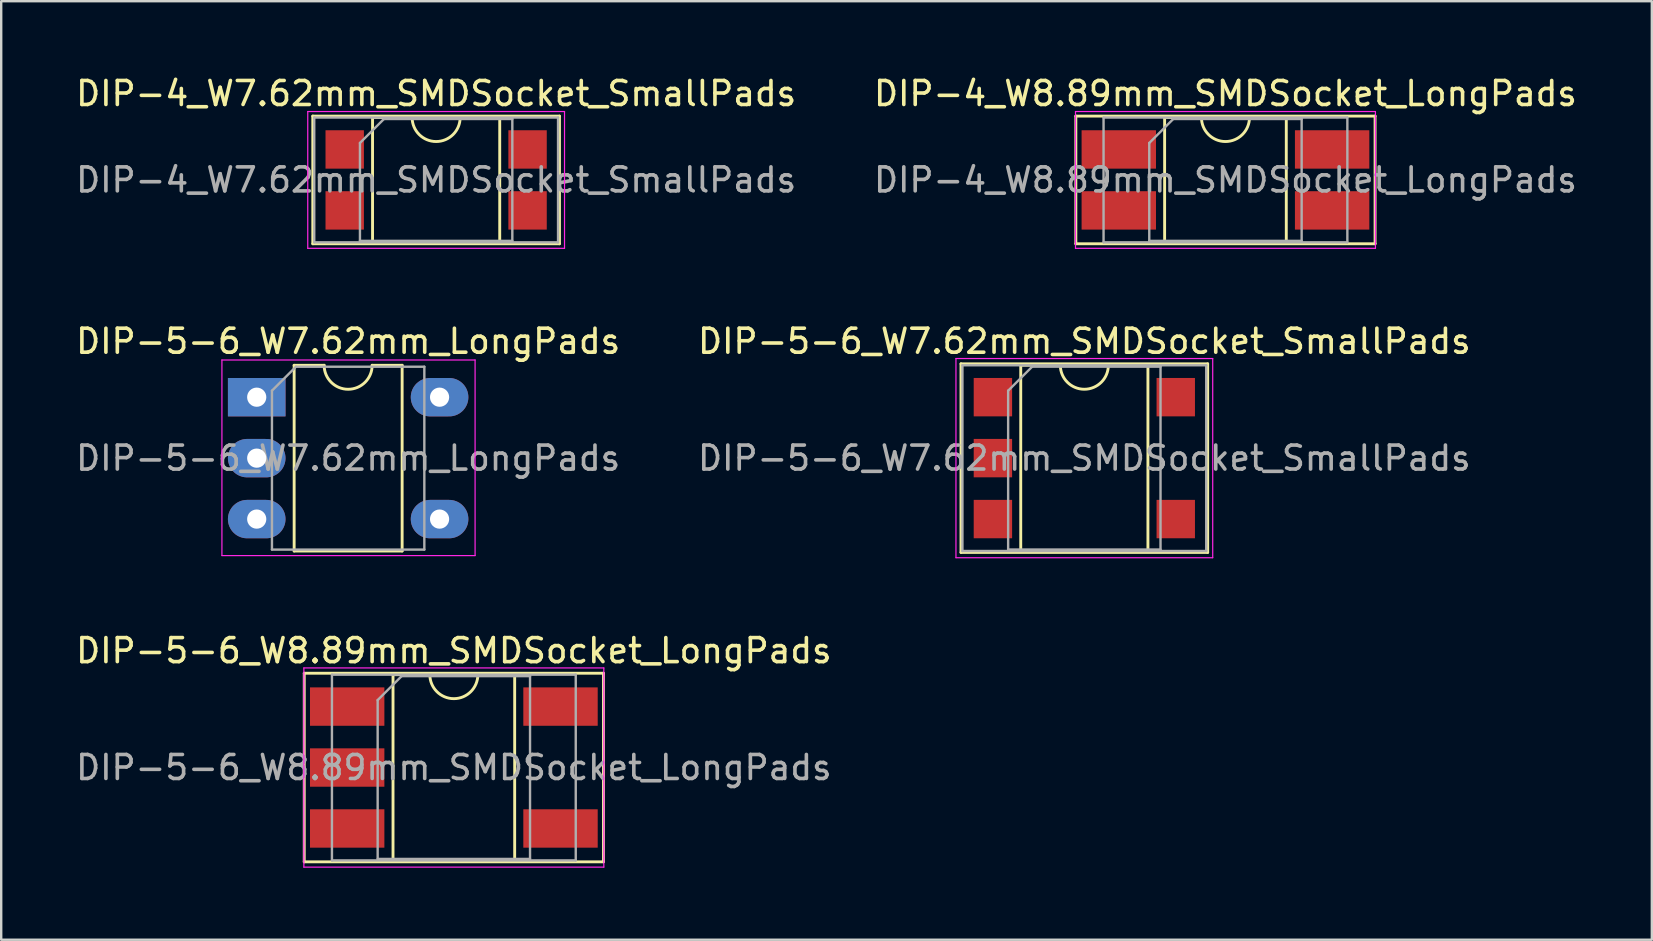
<source format=kicad_pcb>
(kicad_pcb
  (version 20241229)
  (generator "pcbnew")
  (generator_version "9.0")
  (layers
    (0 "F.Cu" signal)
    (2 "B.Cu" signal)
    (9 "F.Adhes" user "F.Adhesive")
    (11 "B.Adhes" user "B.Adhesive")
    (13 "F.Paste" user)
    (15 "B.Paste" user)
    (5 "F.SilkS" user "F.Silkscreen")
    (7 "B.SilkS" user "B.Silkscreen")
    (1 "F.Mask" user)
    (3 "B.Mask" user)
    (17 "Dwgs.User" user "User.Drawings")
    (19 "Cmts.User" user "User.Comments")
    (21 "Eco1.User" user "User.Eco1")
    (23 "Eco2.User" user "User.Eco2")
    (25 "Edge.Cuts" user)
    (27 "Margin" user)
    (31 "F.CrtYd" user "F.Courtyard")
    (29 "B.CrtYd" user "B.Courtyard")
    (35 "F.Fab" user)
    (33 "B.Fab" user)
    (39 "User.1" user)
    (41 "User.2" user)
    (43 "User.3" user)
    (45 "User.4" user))
  (footprint "DIP-5-6_W8.89mm_SMDSocket_LongPads"
    (layer "F.Cu")
    (at 15.863 28.935)
    (property "Reference" "DIP-5-6_W8.89mm_SMDSocket_LongPads" (at 0 -4.87 0) (layer "F.SilkS") (effects (font (size 1 1) (thickness 0.15))))
    (attr smd)
    (fp_line (start -6.235 -3.93) (end -6.235 3.93) (stroke (width 0.12) (type solid)) (layer "F.SilkS"))
    (fp_line (start -6.235 3.93) (end 6.235 3.93) (stroke (width 0.12) (type solid)) (layer "F.SilkS"))
    (fp_line (start -2.535 -3.87) (end -2.535 3.87) (stroke (width 0.12) (type solid)) (layer "F.SilkS"))
    (fp_line (start -2.535 3.87) (end 2.535 3.87) (stroke (width 0.12) (type solid)) (layer "F.SilkS"))
    (fp_line (start -1 -3.87) (end -2.535 -3.87) (stroke (width 0.12) (type solid)) (layer "F.SilkS"))
    (fp_line (start 2.535 -3.87) (end 1 -3.87) (stroke (width 0.12) (type solid)) (layer "F.SilkS"))
    (fp_line (start 2.535 3.87) (end 2.535 -3.87) (stroke (width 0.12) (type solid)) (layer "F.SilkS"))
    (fp_line (start 6.235 -3.93) (end -6.235 -3.93) (stroke (width 0.12) (type solid)) (layer "F.SilkS"))
    (fp_line (start 6.235 3.93) (end 6.235 -3.93) (stroke (width 0.12) (type solid)) (layer "F.SilkS"))
    (fp_arc (start 1 -3.87) (mid 0 -2.87) (end -1 -3.87) (stroke (width 0.12) (type solid)) (layer "F.SilkS"))
    (fp_line (start -6.25 -4.15) (end -6.25 4.15) (stroke (width 0.05) (type solid)) (layer "F.CrtYd"))
    (fp_line (start -6.25 4.15) (end 6.25 4.15) (stroke (width 0.05) (type solid)) (layer "F.CrtYd"))
    (fp_line (start 6.25 -4.15) (end -6.25 -4.15) (stroke (width 0.05) (type solid)) (layer "F.CrtYd"))
    (fp_line (start 6.25 4.15) (end 6.25 -4.15) (stroke (width 0.05) (type solid)) (layer "F.CrtYd"))
    (fp_line (start -5.08 -3.87) (end -5.08 3.87) (stroke (width 0.1) (type solid)) (layer "F.Fab"))
    (fp_line (start -5.08 3.87) (end 5.08 3.87) (stroke (width 0.1) (type solid)) (layer "F.Fab"))
    (fp_line (start -3.175 -2.81) (end -2.175 -3.81) (stroke (width 0.1) (type solid)) (layer "F.Fab"))
    (fp_line (start -3.175 3.81) (end -3.175 -2.81) (stroke (width 0.1) (type solid)) (layer "F.Fab"))
    (fp_line (start -2.175 -3.81) (end 3.175 -3.81) (stroke (width 0.1) (type solid)) (layer "F.Fab"))
    (fp_line (start 3.175 -3.81) (end 3.175 3.81) (stroke (width 0.1) (type solid)) (layer "F.Fab"))
    (fp_line (start 3.175 3.81) (end -3.175 3.81) (stroke (width 0.1) (type solid)) (layer "F.Fab"))
    (fp_line (start 5.08 -3.87) (end -5.08 -3.87) (stroke (width 0.1) (type solid)) (layer "F.Fab"))
    (fp_line (start 5.08 3.87) (end 5.08 -3.87) (stroke (width 0.1) (type solid)) (layer "F.Fab"))
    (fp_text user "${REFERENCE}" (at 0 0 0) (layer "F.Fab") (effects (font (size 1 1) (thickness 0.15))))
    (pad "1" smd rect (at -4.445 -2.54) (size 3.1 1.6) (layers "F.Cu" "F.Mask" "F.Paste"))
    (pad "2" smd rect (at -4.445 0) (size 3.1 1.6) (layers "F.Cu" "F.Mask" "F.Paste"))
    (pad "3" smd rect (at -4.445 2.54) (size 3.1 1.6) (layers "F.Cu" "F.Mask" "F.Paste"))
    (pad "4" smd rect (at 4.445 2.54) (size 3.1 1.6) (layers "F.Cu" "F.Mask" "F.Paste"))
    (pad "6" smd rect (at 4.445 -2.54) (size 3.1 1.6) (layers "F.Cu" "F.Mask" "F.Paste")))
  (footprint "DIP-5-6_W7.62mm_LongPads"
    (layer "F.Cu")
    (at 7.648 13.502)
    (property "Reference" "DIP-5-6_W7.62mm_LongPads" (at 3.81 -2.33 0) (layer "F.SilkS") (effects (font (size 1 1) (thickness 0.15))))
    (attr through_hole)
    (fp_line (start 1.56 -1.33) (end 1.56 6.41) (stroke (width 0.12) (type solid)) (layer "F.SilkS"))
    (fp_line (start 1.56 6.41) (end 6.06 6.41) (stroke (width 0.12) (type solid)) (layer "F.SilkS"))
    (fp_line (start 2.81 -1.33) (end 1.56 -1.33) (stroke (width 0.12) (type solid)) (layer "F.SilkS"))
    (fp_line (start 6.06 -1.33) (end 4.81 -1.33) (stroke (width 0.12) (type solid)) (layer "F.SilkS"))
    (fp_line (start 6.06 6.41) (end 6.06 -1.33) (stroke (width 0.12) (type solid)) (layer "F.SilkS"))
    (fp_arc (start 4.81 -1.33) (mid 3.81 -0.33) (end 2.81 -1.33) (stroke (width 0.12) (type solid)) (layer "F.SilkS"))
    (fp_line (start -1.45 -1.55) (end -1.45 6.6) (stroke (width 0.05) (type solid)) (layer "F.CrtYd"))
    (fp_line (start -1.45 6.6) (end 9.1 6.6) (stroke (width 0.05) (type solid)) (layer "F.CrtYd"))
    (fp_line (start 9.1 -1.55) (end -1.45 -1.55) (stroke (width 0.05) (type solid)) (layer "F.CrtYd"))
    (fp_line (start 9.1 6.6) (end 9.1 -1.55) (stroke (width 0.05) (type solid)) (layer "F.CrtYd"))
    (fp_line (start 0.635 -0.27) (end 1.635 -1.27) (stroke (width 0.1) (type solid)) (layer "F.Fab"))
    (fp_line (start 0.635 6.35) (end 0.635 -0.27) (stroke (width 0.1) (type solid)) (layer "F.Fab"))
    (fp_line (start 1.635 -1.27) (end 6.985 -1.27) (stroke (width 0.1) (type solid)) (layer "F.Fab"))
    (fp_line (start 6.985 -1.27) (end 6.985 6.35) (stroke (width 0.1) (type solid)) (layer "F.Fab"))
    (fp_line (start 6.985 6.35) (end 0.635 6.35) (stroke (width 0.1) (type solid)) (layer "F.Fab"))
    (fp_text user "${REFERENCE}" (at 3.81 2.54 0) (layer "F.Fab") (effects (font (size 1 1) (thickness 0.15))))
    (pad "1" thru_hole rect (at 0 0) (size 2.4 1.6) (drill 0.8) (layers "*.Cu" "*.Mask"))
    (pad "2" thru_hole oval (at 0 2.54) (size 2.4 1.6) (drill 0.8) (layers "*.Cu" "*.Mask"))
    (pad "3" thru_hole oval (at 0 5.08) (size 2.4 1.6) (drill 0.8) (layers "*.Cu" "*.Mask"))
    (pad "4" thru_hole oval (at 7.62 5.08) (size 2.4 1.6) (drill 0.8) (layers "*.Cu" "*.Mask"))
    (pad "6" thru_hole oval (at 7.62 0) (size 2.4 1.6) (drill 0.8) (layers "*.Cu" "*.Mask")))
  (footprint "DIP-4_W8.89mm_SMDSocket_LongPads"
    (layer "F.Cu")
    (at 48.018 4.448)
    (property "Reference" "DIP-4_W8.89mm_SMDSocket_LongPads" (at 0 -3.6 0) (layer "F.SilkS") (effects (font (size 1 1) (thickness 0.15))))
    (attr smd)
    (fp_line (start -6.235 -2.66) (end -6.235 2.66) (stroke (width 0.12) (type solid)) (layer "F.SilkS"))
    (fp_line (start -6.235 2.66) (end 6.235 2.66) (stroke (width 0.12) (type solid)) (layer "F.SilkS"))
    (fp_line (start -2.535 -2.6) (end -2.535 2.6) (stroke (width 0.12) (type solid)) (layer "F.SilkS"))
    (fp_line (start -2.535 2.6) (end 2.535 2.6) (stroke (width 0.12) (type solid)) (layer "F.SilkS"))
    (fp_line (start -1 -2.6) (end -2.535 -2.6) (stroke (width 0.12) (type solid)) (layer "F.SilkS"))
    (fp_line (start 2.535 -2.6) (end 1 -2.6) (stroke (width 0.12) (type solid)) (layer "F.SilkS"))
    (fp_line (start 2.535 2.6) (end 2.535 -2.6) (stroke (width 0.12) (type solid)) (layer "F.SilkS"))
    (fp_line (start 6.235 -2.66) (end -6.235 -2.66) (stroke (width 0.12) (type solid)) (layer "F.SilkS"))
    (fp_line (start 6.235 2.66) (end 6.235 -2.66) (stroke (width 0.12) (type solid)) (layer "F.SilkS"))
    (fp_arc (start 1 -2.6) (mid 0 -1.6) (end -1 -2.6) (stroke (width 0.12) (type solid)) (layer "F.SilkS"))
    (fp_line (start -6.25 -2.85) (end -6.25 2.85) (stroke (width 0.05) (type solid)) (layer "F.CrtYd"))
    (fp_line (start -6.25 2.85) (end 6.25 2.85) (stroke (width 0.05) (type solid)) (layer "F.CrtYd"))
    (fp_line (start 6.25 -2.85) (end -6.25 -2.85) (stroke (width 0.05) (type solid)) (layer "F.CrtYd"))
    (fp_line (start 6.25 2.85) (end 6.25 -2.85) (stroke (width 0.05) (type solid)) (layer "F.CrtYd"))
    (fp_line (start -5.08 -2.6) (end -5.08 2.6) (stroke (width 0.1) (type solid)) (layer "F.Fab"))
    (fp_line (start -5.08 2.6) (end 5.08 2.6) (stroke (width 0.1) (type solid)) (layer "F.Fab"))
    (fp_line (start -3.175 -1.54) (end -2.175 -2.54) (stroke (width 0.1) (type solid)) (layer "F.Fab"))
    (fp_line (start -3.175 2.54) (end -3.175 -1.54) (stroke (width 0.1) (type solid)) (layer "F.Fab"))
    (fp_line (start -2.175 -2.54) (end 3.175 -2.54) (stroke (width 0.1) (type solid)) (layer "F.Fab"))
    (fp_line (start 3.175 -2.54) (end 3.175 2.54) (stroke (width 0.1) (type solid)) (layer "F.Fab"))
    (fp_line (start 3.175 2.54) (end -3.175 2.54) (stroke (width 0.1) (type solid)) (layer "F.Fab"))
    (fp_line (start 5.08 -2.6) (end -5.08 -2.6) (stroke (width 0.1) (type solid)) (layer "F.Fab"))
    (fp_line (start 5.08 2.6) (end 5.08 -2.6) (stroke (width 0.1) (type solid)) (layer "F.Fab"))
    (fp_text user "${REFERENCE}" (at 0 0 0) (layer "F.Fab") (effects (font (size 1 1) (thickness 0.15))))
    (pad "1" smd rect (at -4.445 -1.27) (size 3.1 1.6) (layers "F.Cu" "F.Mask" "F.Paste"))
    (pad "2" smd rect (at -4.445 1.27) (size 3.1 1.6) (layers "F.Cu" "F.Mask" "F.Paste"))
    (pad "3" smd rect (at 4.445 1.27) (size 3.1 1.6) (layers "F.Cu" "F.Mask" "F.Paste"))
    (pad "4" smd rect (at 4.445 -1.27) (size 3.1 1.6) (layers "F.Cu" "F.Mask" "F.Paste")))
  (footprint "DIP-5-6_W7.62mm_SMDSocket_SmallPads"
    (layer "F.Cu")
    (at 42.137 16.041)
    (property "Reference" "DIP-5-6_W7.62mm_SMDSocket_SmallPads" (at 0 -4.87 0) (layer "F.SilkS") (effects (font (size 1 1) (thickness 0.15))))
    (attr smd)
    (fp_line (start -5.14 -3.93) (end -5.14 3.93) (stroke (width 0.12) (type solid)) (layer "F.SilkS"))
    (fp_line (start -5.14 3.93) (end 5.14 3.93) (stroke (width 0.12) (type solid)) (layer "F.SilkS"))
    (fp_line (start -2.65 -3.87) (end -2.65 3.87) (stroke (width 0.12) (type solid)) (layer "F.SilkS"))
    (fp_line (start -2.65 3.87) (end 2.65 3.87) (stroke (width 0.12) (type solid)) (layer "F.SilkS"))
    (fp_line (start -1 -3.87) (end -2.65 -3.87) (stroke (width 0.12) (type solid)) (layer "F.SilkS"))
    (fp_line (start 2.65 -3.87) (end 1 -3.87) (stroke (width 0.12) (type solid)) (layer "F.SilkS"))
    (fp_line (start 2.65 3.87) (end 2.65 -3.87) (stroke (width 0.12) (type solid)) (layer "F.SilkS"))
    (fp_line (start 5.14 -3.93) (end -5.14 -3.93) (stroke (width 0.12) (type solid)) (layer "F.SilkS"))
    (fp_line (start 5.14 3.93) (end 5.14 -3.93) (stroke (width 0.12) (type solid)) (layer "F.SilkS"))
    (fp_arc (start 1 -3.87) (mid 0 -2.87) (end -1 -3.87) (stroke (width 0.12) (type solid)) (layer "F.SilkS"))
    (fp_line (start -5.35 -4.15) (end -5.35 4.15) (stroke (width 0.05) (type solid)) (layer "F.CrtYd"))
    (fp_line (start -5.35 4.15) (end 5.35 4.15) (stroke (width 0.05) (type solid)) (layer "F.CrtYd"))
    (fp_line (start 5.35 -4.15) (end -5.35 -4.15) (stroke (width 0.05) (type solid)) (layer "F.CrtYd"))
    (fp_line (start 5.35 4.15) (end 5.35 -4.15) (stroke (width 0.05) (type solid)) (layer "F.CrtYd"))
    (fp_line (start -5.08 -3.87) (end -5.08 3.87) (stroke (width 0.1) (type solid)) (layer "F.Fab"))
    (fp_line (start -5.08 3.87) (end 5.08 3.87) (stroke (width 0.1) (type solid)) (layer "F.Fab"))
    (fp_line (start -3.175 -2.81) (end -2.175 -3.81) (stroke (width 0.1) (type solid)) (layer "F.Fab"))
    (fp_line (start -3.175 3.81) (end -3.175 -2.81) (stroke (width 0.1) (type solid)) (layer "F.Fab"))
    (fp_line (start -2.175 -3.81) (end 3.175 -3.81) (stroke (width 0.1) (type solid)) (layer "F.Fab"))
    (fp_line (start 3.175 -3.81) (end 3.175 3.81) (stroke (width 0.1) (type solid)) (layer "F.Fab"))
    (fp_line (start 3.175 3.81) (end -3.175 3.81) (stroke (width 0.1) (type solid)) (layer "F.Fab"))
    (fp_line (start 5.08 -3.87) (end -5.08 -3.87) (stroke (width 0.1) (type solid)) (layer "F.Fab"))
    (fp_line (start 5.08 3.87) (end 5.08 -3.87) (stroke (width 0.1) (type solid)) (layer "F.Fab"))
    (fp_text user "${REFERENCE}" (at 0 0 0) (layer "F.Fab") (effects (font (size 1 1) (thickness 0.15))))
    (pad "1" smd rect (at -3.81 -2.54) (size 1.6 1.6) (layers "F.Cu" "F.Mask" "F.Paste"))
    (pad "2" smd rect (at -3.81 0) (size 1.6 1.6) (layers "F.Cu" "F.Mask" "F.Paste"))
    (pad "3" smd rect (at -3.81 2.54) (size 1.6 1.6) (layers "F.Cu" "F.Mask" "F.Paste"))
    (pad "4" smd rect (at 3.81 2.54) (size 1.6 1.6) (layers "F.Cu" "F.Mask" "F.Paste"))
    (pad "6" smd rect (at 3.81 -2.54) (size 1.6 1.6) (layers "F.Cu" "F.Mask" "F.Paste")))
  (footprint "DIP-4_W7.62mm_SMDSocket_SmallPads"
    (layer "F.Cu")
    (at 15.125 4.448)
    (property "Reference" "DIP-4_W7.62mm_SMDSocket_SmallPads" (at 0 -3.6 0) (layer "F.SilkS") (effects (font (size 1 1) (thickness 0.15))))
    (attr smd)
    (fp_line (start -5.14 -2.66) (end -5.14 2.66) (stroke (width 0.12) (type solid)) (layer "F.SilkS"))
    (fp_line (start -5.14 2.66) (end 5.14 2.66) (stroke (width 0.12) (type solid)) (layer "F.SilkS"))
    (fp_line (start -2.65 -2.6) (end -2.65 2.6) (stroke (width 0.12) (type solid)) (layer "F.SilkS"))
    (fp_line (start -2.65 2.6) (end 2.65 2.6) (stroke (width 0.12) (type solid)) (layer "F.SilkS"))
    (fp_line (start -1 -2.6) (end -2.65 -2.6) (stroke (width 0.12) (type solid)) (layer "F.SilkS"))
    (fp_line (start 2.65 -2.6) (end 1 -2.6) (stroke (width 0.12) (type solid)) (layer "F.SilkS"))
    (fp_line (start 2.65 2.6) (end 2.65 -2.6) (stroke (width 0.12) (type solid)) (layer "F.SilkS"))
    (fp_line (start 5.14 -2.66) (end -5.14 -2.66) (stroke (width 0.12) (type solid)) (layer "F.SilkS"))
    (fp_line (start 5.14 2.66) (end 5.14 -2.66) (stroke (width 0.12) (type solid)) (layer "F.SilkS"))
    (fp_arc (start 1 -2.6) (mid 0 -1.6) (end -1 -2.6) (stroke (width 0.12) (type solid)) (layer "F.SilkS"))
    (fp_line (start -5.35 -2.85) (end -5.35 2.85) (stroke (width 0.05) (type solid)) (layer "F.CrtYd"))
    (fp_line (start -5.35 2.85) (end 5.35 2.85) (stroke (width 0.05) (type solid)) (layer "F.CrtYd"))
    (fp_line (start 5.35 -2.85) (end -5.35 -2.85) (stroke (width 0.05) (type solid)) (layer "F.CrtYd"))
    (fp_line (start 5.35 2.85) (end 5.35 -2.85) (stroke (width 0.05) (type solid)) (layer "F.CrtYd"))
    (fp_line (start -5.08 -2.6) (end -5.08 2.6) (stroke (width 0.1) (type solid)) (layer "F.Fab"))
    (fp_line (start -5.08 2.6) (end 5.08 2.6) (stroke (width 0.1) (type solid)) (layer "F.Fab"))
    (fp_line (start -3.175 -1.54) (end -2.175 -2.54) (stroke (width 0.1) (type solid)) (layer "F.Fab"))
    (fp_line (start -3.175 2.54) (end -3.175 -1.54) (stroke (width 0.1) (type solid)) (layer "F.Fab"))
    (fp_line (start -2.175 -2.54) (end 3.175 -2.54) (stroke (width 0.1) (type solid)) (layer "F.Fab"))
    (fp_line (start 3.175 -2.54) (end 3.175 2.54) (stroke (width 0.1) (type solid)) (layer "F.Fab"))
    (fp_line (start 3.175 2.54) (end -3.175 2.54) (stroke (width 0.1) (type solid)) (layer "F.Fab"))
    (fp_line (start 5.08 -2.6) (end -5.08 -2.6) (stroke (width 0.1) (type solid)) (layer "F.Fab"))
    (fp_line (start 5.08 2.6) (end 5.08 -2.6) (stroke (width 0.1) (type solid)) (layer "F.Fab"))
    (fp_text user "${REFERENCE}" (at 0 0 0) (layer "F.Fab") (effects (font (size 1 1) (thickness 0.15))))
    (pad "1" smd rect (at -3.81 -1.27) (size 1.6 1.6) (layers "F.Cu" "F.Mask" "F.Paste"))
    (pad "2" smd rect (at -3.81 1.27) (size 1.6 1.6) (layers "F.Cu" "F.Mask" "F.Paste"))
    (pad "3" smd rect (at 3.81 1.27) (size 1.6 1.6) (layers "F.Cu" "F.Mask" "F.Paste"))
    (pad "4" smd rect (at 3.81 -1.27) (size 1.6 1.6) (layers "F.Cu" "F.Mask" "F.Paste")))
  (gr_rect
    (start -3 -3)
    (end 65.786 36.11)
    (stroke (width 0.1) (type default))
    (fill no)
    (layer "Edge.Cuts")))
</source>
